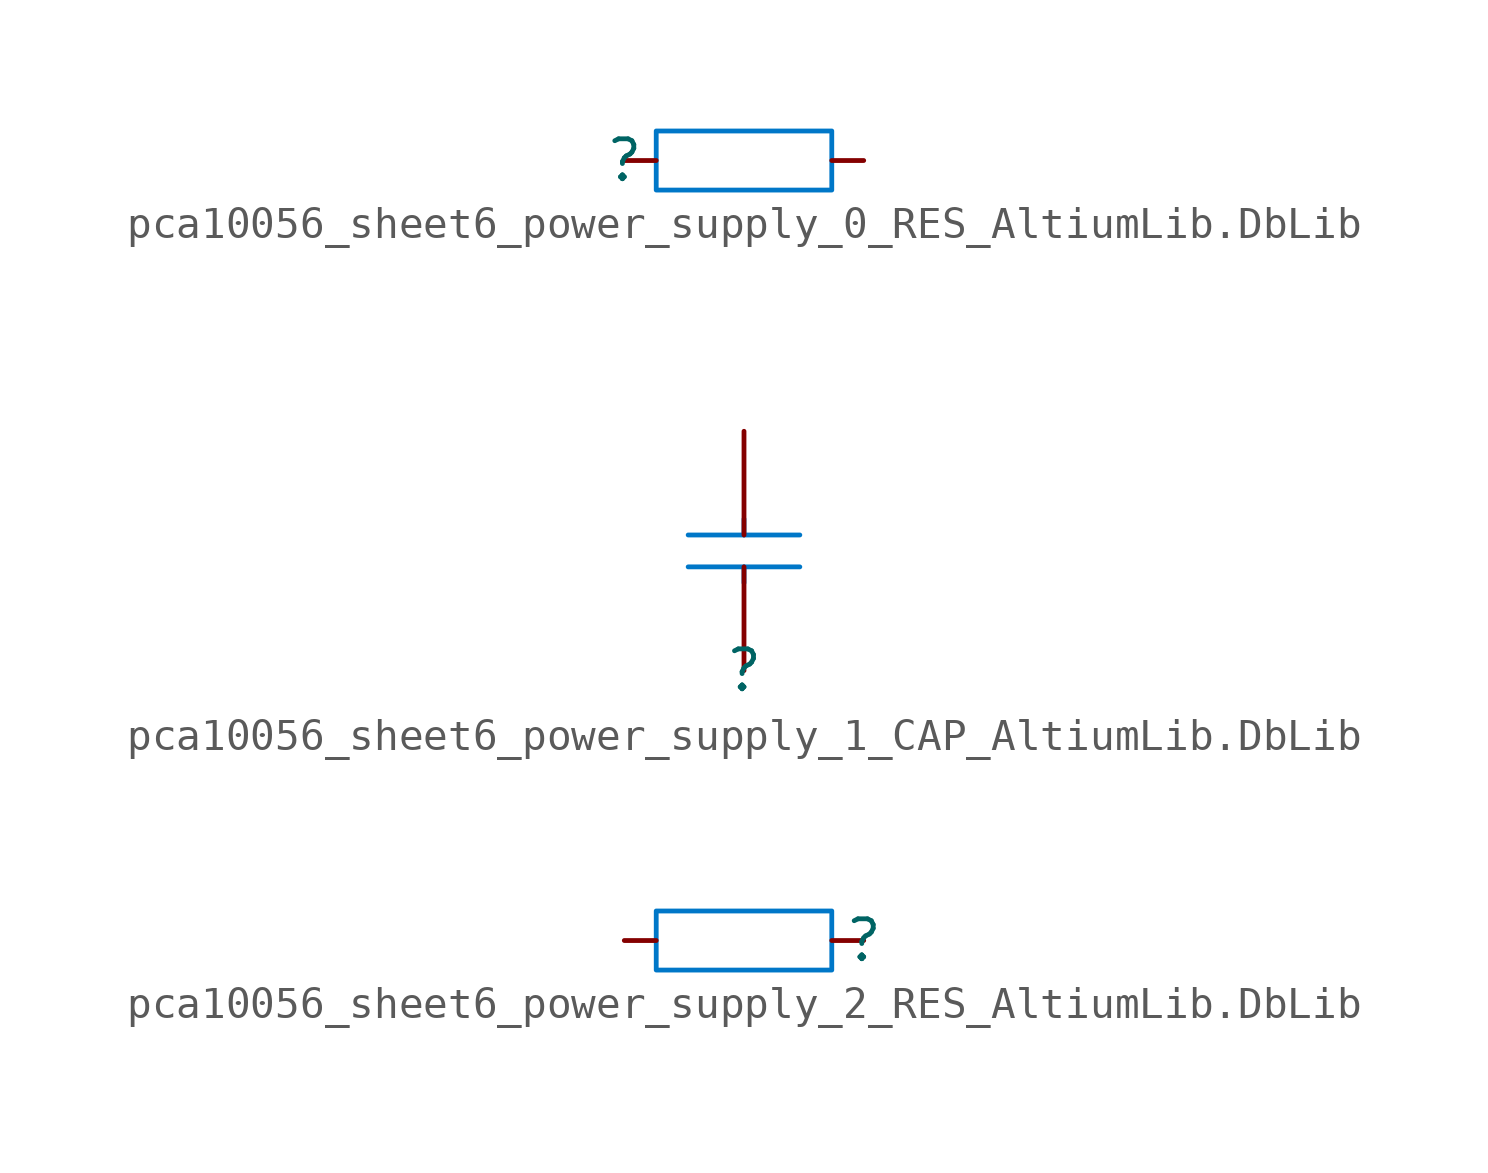
<source format=kicad_sym>
(kicad_symbol_lib
  (version 20241209)
  (generator "kicad_symbol_editor")
  (generator_version "9.0")
  (symbol "pca10056_sheet6_power_supply_0_RES_AltiumLib.DbLib"
    (pin_numbers
      (hide yes))
    (pin_names
      (hide yes))
    (property "Reference" ""
      (at 0 0 0)
      (effects (font (size 1.27 1.27))))
    (property "Value" ""
      (at 0 0 0)
      (effects (font (size 1.27 1.27))))
    (symbol "pca10056_sheet6_power_supply_0_RES_AltiumLib.DbLib_1_0"
      (polyline (pts (xy 6.604 0.94) (xy 1.016 0.94) (xy 1.016 -0.94) (xy 6.604 -0.94) (xy 6.604 0.94)) (stroke (width 0) (type solid) (color 0 119 200 1)) (fill (type none)))
      (pin passive line (at 0 0 0) (length 1.016) (name "1" (effects (font (size 1.27 1.27)))) (number "1" (effects (font (size 1.27 1.27)))))
      (pin passive line (at 7.62 0 180) (length 1.016) (name "2" (effects (font (size 1.27 1.27)))) (number "2" (effects (font (size 1.27 1.27)))))))
  (symbol "pca10056_sheet6_power_supply_1_CAP_AltiumLib.DbLib"
    (pin_numbers
      (hide yes))
    (pin_names
      (hide yes))
    (property "Reference" ""
      (at 0 0 0)
      (effects (font (size 1.27 1.27))))
    (property "Value" ""
      (at 0 0 0)
      (effects (font (size 1.27 1.27))))
    (symbol "pca10056_sheet6_power_supply_1_CAP_AltiumLib.DbLib_1_0"
      (polyline (pts (xy 0 4.318) (xy 0 4.826)) (stroke (width 0) (type solid) (color 0 119 200 1)) (fill (type none)))
      (polyline (pts (xy 0 3.302) (xy 0 2.794)) (stroke (width 0) (type solid) (color 0 119 200 1)) (fill (type none)))
      (polyline (pts (xy 1.778 4.318) (xy -1.778 4.318)) (stroke (width 0) (type solid) (color 0 119 200 1)) (fill (type none)))
      (polyline (pts (xy 1.778 3.302) (xy -1.778 3.302)) (stroke (width 0) (type solid) (color 0 119 200 1)) (fill (type none)))
      (pin passive line (at 0 7.62 270) (length 3.302) (name "2" (effects (font (size 1.27 1.27)))) (number "2" (effects (font (size 1.27 1.27)))))
      (pin passive line (at 0 0 90) (length 3.302) (name "1" (effects (font (size 1.27 1.27)))) (number "1" (effects (font (size 1.27 1.27)))))))
  (symbol "pca10056_sheet6_power_supply_2_RES_AltiumLib.DbLib"
    (pin_numbers
      (hide yes))
    (pin_names
      (hide yes))
    (property "Reference" ""
      (at 0 0 0)
      (effects (font (size 1.27 1.27))))
    (property "Value" ""
      (at 0 0 0)
      (effects (font (size 1.27 1.27))))
    (symbol "pca10056_sheet6_power_supply_2_RES_AltiumLib.DbLib_1_0"
      (polyline (pts (xy -6.604 -0.94) (xy -1.016 -0.94) (xy -1.016 0.94) (xy -6.604 0.94) (xy -6.604 -0.94)) (stroke (width 0) (type solid) (color 0 119 200 1)) (fill (type none)))
      (pin passive line (at -7.62 0 0) (length 1.016) (name "2" (effects (font (size 1.27 1.27)))) (number "2" (effects (font (size 1.27 1.27)))))
      (pin passive line (at 0 0 180) (length 1.016) (name "1" (effects (font (size 1.27 1.27)))) (number "1" (effects (font (size 1.27 1.27))))))))
</source>
